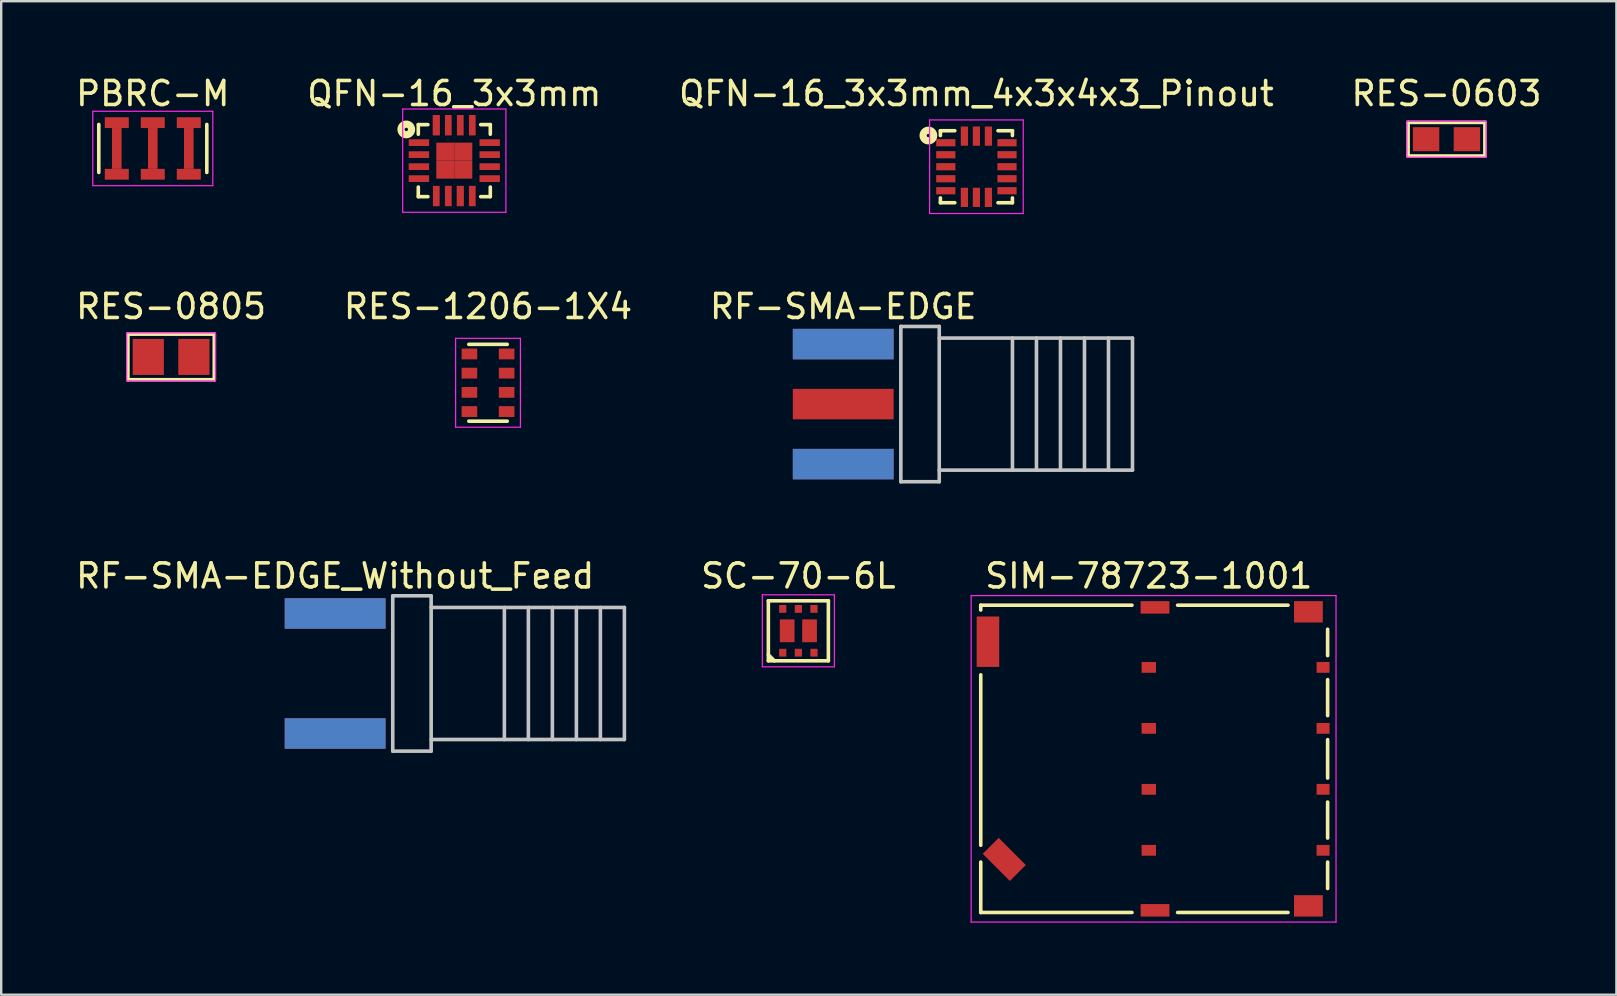
<source format=kicad_pcb>
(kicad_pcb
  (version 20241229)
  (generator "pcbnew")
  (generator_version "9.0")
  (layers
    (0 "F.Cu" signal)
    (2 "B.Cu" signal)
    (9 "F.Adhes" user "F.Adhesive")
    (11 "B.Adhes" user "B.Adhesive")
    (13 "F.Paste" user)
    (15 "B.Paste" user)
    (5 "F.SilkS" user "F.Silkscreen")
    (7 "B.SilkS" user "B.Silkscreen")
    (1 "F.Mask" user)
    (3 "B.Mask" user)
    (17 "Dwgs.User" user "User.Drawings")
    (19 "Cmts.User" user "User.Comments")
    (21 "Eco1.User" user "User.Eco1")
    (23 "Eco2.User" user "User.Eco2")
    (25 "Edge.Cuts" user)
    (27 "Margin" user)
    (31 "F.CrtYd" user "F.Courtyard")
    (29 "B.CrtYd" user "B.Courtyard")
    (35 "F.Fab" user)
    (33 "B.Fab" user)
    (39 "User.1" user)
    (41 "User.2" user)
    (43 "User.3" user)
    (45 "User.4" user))
  (footprint "RES-0603"
    (layer "F.Cu")
    (at 57.208 2.748)
    (property "Reference" "RES-0603" (at 0 -1.9 0) (layer "F.SilkS") (effects (font (size 1 1) (thickness 0.15))))
    (attr smd)
    (fp_line (start -1.6 -0.7) (end -1.6 0.7) (stroke (width 0.15) (type solid)) (layer "F.SilkS"))
    (fp_line (start -1.6 -0.7) (end 1.6 -0.7) (stroke (width 0.15) (type solid)) (layer "F.SilkS"))
    (fp_line (start 1.6 -0.7) (end 1.6 0.7) (stroke (width 0.15) (type solid)) (layer "F.SilkS"))
    (fp_line (start 1.6 0.7) (end -1.6 0.7) (stroke (width 0.15) (type solid)) (layer "F.SilkS"))
    (fp_line (start -1.65 -0.75) (end -1.65 0.75) (stroke (width 0.05) (type solid)) (layer "F.CrtYd"))
    (fp_line (start -1.65 0.75) (end 1.65 0.75) (stroke (width 0.05) (type solid)) (layer "F.CrtYd"))
    (fp_line (start 1.65 -0.75) (end -1.65 -0.75) (stroke (width 0.05) (type solid)) (layer "F.CrtYd"))
    (fp_line (start 1.65 0.75) (end 1.65 -0.75) (stroke (width 0.05) (type solid)) (layer "F.CrtYd"))
    (pad "1" smd rect (at -0.85 0) (size 1.1 1) (layers "F.Cu" "F.Mask" "F.Paste"))
    (pad "2" smd rect (at 0.85 0) (size 1.1 1) (layers "F.Cu" "F.Mask" "F.Paste")))
  (footprint "QFN-16_3x3mm"
    (layer "F.Cu")
    (at 15.875 3.642)
    (property "Reference" "QFN-16_3x3mm" (at 0 -2.794 0) (layer "F.SilkS") (effects (font (size 1 1) (thickness 0.15))))
    (attr through_hole)
    (fp_line (start -1.5 -1.5) (end -1.5 -1.1) (stroke (width 0.15) (type solid)) (layer "F.SilkS"))
    (fp_line (start -1.5 1.1) (end -1.5 1.5) (stroke (width 0.15) (type solid)) (layer "F.SilkS"))
    (fp_line (start -1.5 1.5) (end -1.1 1.5) (stroke (width 0.15) (type solid)) (layer "F.SilkS"))
    (fp_line (start -1.1 -1.5) (end -1.5 -1.5) (stroke (width 0.15) (type solid)) (layer "F.SilkS"))
    (fp_line (start 1.1 -1.5) (end 1.5 -1.5) (stroke (width 0.15) (type solid)) (layer "F.SilkS"))
    (fp_line (start 1.1 1.5) (end 1.5 1.5) (stroke (width 0.15) (type solid)) (layer "F.SilkS"))
    (fp_line (start 1.5 -1.5) (end 1.5 -1.1) (stroke (width 0.15) (type solid)) (layer "F.SilkS"))
    (fp_line (start 1.5 1.5) (end 1.5 1.1) (stroke (width 0.15) (type solid)) (layer "F.SilkS"))
    (fp_circle (center -2 -1.3) (end -1.95 -1.25) (stroke (width 0.3) (type solid)) (fill no) (layer "F.SilkS"))
    (fp_line (start -2.15 -2.15) (end 2.15 -2.15) (stroke (width 0.05) (type solid)) (layer "F.CrtYd"))
    (fp_line (start -2.15 2.15) (end -2.15 -2.15) (stroke (width 0.05) (type solid)) (layer "F.CrtYd"))
    (fp_line (start 2.15 -2.15) (end 2.15 2.15) (stroke (width 0.05) (type solid)) (layer "F.CrtYd"))
    (fp_line (start 2.15 2.15) (end -2.15 2.15) (stroke (width 0.05) (type solid)) (layer "F.CrtYd"))
    (pad "1" smd rect (at -1.475 -0.75) (size 0.85 0.28) (layers "F.Cu" "F.Mask" "F.Paste"))
    (pad "2" smd rect (at -1.475 -0.25) (size 0.85 0.28) (layers "F.Cu" "F.Mask" "F.Paste"))
    (pad "3" smd rect (at -1.475 0.25) (size 0.85 0.28) (layers "F.Cu" "F.Mask" "F.Paste"))
    (pad "4" smd rect (at -1.475 0.75) (size 0.85 0.28) (layers "F.Cu" "F.Mask" "F.Paste"))
    (pad "5" smd rect (at -0.75 1.475 90) (size 0.85 0.28) (layers "F.Cu" "F.Mask" "F.Paste"))
    (pad "6" smd rect (at -0.25 1.475 90) (size 0.85 0.28) (layers "F.Cu" "F.Mask" "F.Paste"))
    (pad "7" smd rect (at 0.25 1.475 90) (size 0.85 0.3) (layers "F.Cu" "F.Mask" "F.Paste"))
    (pad "8" smd rect (at 0.75 1.475 90) (size 0.85 0.28) (layers "F.Cu" "F.Mask" "F.Paste"))
    (pad "9" smd rect (at 1.475 0.75) (size 0.85 0.28) (layers "F.Cu" "F.Mask" "F.Paste"))
    (pad "10" smd rect (at 1.475 0.25) (size 0.85 0.28) (layers "F.Cu" "F.Mask" "F.Paste"))
    (pad "11" smd rect (at 1.475 -0.25) (size 0.85 0.28) (layers "F.Cu" "F.Mask" "F.Paste"))
    (pad "12" smd rect (at 1.475 -0.75) (size 0.85 0.28) (layers "F.Cu" "F.Mask" "F.Paste"))
    (pad "13" smd rect (at 0.75 -1.475 90) (size 0.85 0.28) (layers "F.Cu" "F.Mask" "F.Paste"))
    (pad "14" smd rect (at 0.25 -1.475 90) (size 0.85 0.28) (layers "F.Cu" "F.Mask" "F.Paste"))
    (pad "15" smd rect (at -0.25 -1.475 90) (size 0.85 0.28) (layers "F.Cu" "F.Mask" "F.Paste"))
    (pad "16" smd rect (at -0.75 -1.475 90) (size 0.85 0.3) (layers "F.Cu" "F.Mask" "F.Paste"))
    (pad "17" smd rect (at -0.375 -0.375) (size 0.75 0.75) (layers "F.Cu" "F.Mask" "F.Paste"))
    (pad "17" smd rect (at -0.375 0.375) (size 0.75 0.75) (layers "F.Cu" "F.Mask" "F.Paste"))
    (pad "17" smd rect (at 0.375 -0.375) (size 0.75 0.75) (layers "F.Cu" "F.Mask" "F.Paste"))
    (pad "17" smd rect (at 0.375 0.375) (size 0.75 0.75) (layers "F.Cu" "F.Mask" "F.Paste")))
  (footprint "PBRC-M"
    (layer "F.Cu")
    (at 3.315 3.134)
    (property "Reference" "PBRC-M" (at 0 -2.286 0) (layer "F.SilkS") (effects (font (size 1 1) (thickness 0.15))))
    (attr through_hole)
    (fp_line (start -2.25 -1) (end -2.25 1) (stroke (width 0.15) (type solid)) (layer "F.SilkS"))
    (fp_line (start 2.25 -1) (end 2.25 1) (stroke (width 0.15) (type solid)) (layer "F.SilkS"))
    (fp_line (start -2.5 -1.55) (end -2.5 1.55) (stroke (width 0.05) (type solid)) (layer "F.CrtYd"))
    (fp_line (start -2.5 -1.55) (end 2.5 -1.55) (stroke (width 0.05) (type solid)) (layer "F.CrtYd"))
    (fp_line (start -2.5 1.55) (end 2.5 1.55) (stroke (width 0.05) (type solid)) (layer "F.CrtYd"))
    (fp_line (start 2.5 1.55) (end 2.5 -1.55) (stroke (width 0.05) (type solid)) (layer "F.CrtYd"))
    (pad "1" smd rect (at -1.5 -1.075) (size 1 0.45) (layers "F.Cu" "F.Mask" "F.Paste"))
    (pad "1" smd rect (at -1.5 0) (size 0.4 1.7) (layers "F.Cu" "F.Mask" "F.Paste"))
    (pad "1" smd rect (at -1.5 1.075) (size 1 0.45) (layers "F.Cu" "F.Mask" "F.Paste"))
    (pad "2" smd rect (at 0 -1.075) (size 1 0.45) (layers "F.Cu" "F.Mask" "F.Paste"))
    (pad "2" smd rect (at 0 0) (size 0.4 1.7) (layers "F.Cu" "F.Mask" "F.Paste"))
    (pad "2" smd rect (at 0 1.075) (size 1 0.45) (layers "F.Cu" "F.Mask" "F.Paste"))
    (pad "3" smd rect (at 1.5 -1.075) (size 1 0.45) (layers "F.Cu" "F.Mask" "F.Paste"))
    (pad "3" smd rect (at 1.5 0) (size 0.4 1.7) (layers "F.Cu" "F.Mask" "F.Paste"))
    (pad "3" smd rect (at 1.5 1.075) (size 1 0.45) (layers "F.Cu" "F.Mask" "F.Paste")))
  (footprint "SC-70-6L"
    (layer "F.Cu")
    (at 30.208 23.228)
    (property "Reference" "SC-70-6L" (at 0 -2.286 0) (layer "F.SilkS") (effects (font (size 1 1) (thickness 0.15))))
    (attr through_hole)
    (fp_line (start -1.25 -1.25) (end -1.25 1.25) (stroke (width 0.15) (type solid)) (layer "F.SilkS"))
    (fp_line (start -1.25 1) (end -1 1.25) (stroke (width 0.15) (type solid)) (layer "F.SilkS"))
    (fp_line (start -1.25 1.25) (end 1.25 1.25) (stroke (width 0.15) (type solid)) (layer "F.SilkS"))
    (fp_line (start 1.25 -1.25) (end -1.25 -1.25) (stroke (width 0.15) (type solid)) (layer "F.SilkS"))
    (fp_line (start 1.25 1.25) (end 1.25 -1.25) (stroke (width 0.15) (type solid)) (layer "F.SilkS"))
    (fp_line (start -1.5 -1.5) (end -1.5 1.5) (stroke (width 0.05) (type solid)) (layer "F.CrtYd"))
    (fp_line (start -1.5 1.5) (end 1.5 1.5) (stroke (width 0.05) (type solid)) (layer "F.CrtYd"))
    (fp_line (start 1.5 -1.5) (end -1.5 -1.5) (stroke (width 0.05) (type solid)) (layer "F.CrtYd"))
    (fp_line (start 1.5 1.5) (end 1.5 -1.5) (stroke (width 0.05) (type solid)) (layer "F.CrtYd"))
    (pad "1" smd rect (at -0.65 0.912) (size 0.3 0.325) (layers "F.Cu" "F.Mask" "F.Paste"))
    (pad "2" smd rect (at 0 0.912) (size 0.3 0.325) (layers "F.Cu" "F.Mask" "F.Paste"))
    (pad "3" smd rect (at 0.65 0.912) (size 0.3 0.325) (layers "F.Cu" "F.Mask" "F.Paste"))
    (pad "4" smd rect (at 0.65 -0.912) (size 0.3 0.325) (layers "F.Cu" "F.Mask" "F.Paste"))
    (pad "5" smd rect (at 0 -0.912) (size 0.3 0.325) (layers "F.Cu" "F.Mask" "F.Paste"))
    (pad "6" smd rect (at -0.65 -0.912) (size 0.3 0.325) (layers "F.Cu" "F.Mask" "F.Paste"))
    (pad "7" smd rect (at -0.466 0) (size 0.613 0.95) (layers "F.Cu" "F.Mask" "F.Paste"))
    (pad "8" smd rect (at 0.466 0) (size 0.613 0.95) (layers "F.Cu" "F.Mask" "F.Paste")))
  (footprint "QFN-16_3x3mm_4x3x4x3_Pinout"
    (layer "F.Cu")
    (at 37.625 3.896)
    (property "Reference" "QFN-16_3x3mm_4x3x4x3_Pinout" (at 0 -3.048 0) (layer "F.SilkS") (effects (font (size 1 1) (thickness 0.15))))
    (attr through_hole)
    (fp_line (start -1.5 -1.5) (end -1.5 -1.3) (stroke (width 0.15) (type solid)) (layer "F.SilkS"))
    (fp_line (start -1.5 1.3) (end -1.5 1.5) (stroke (width 0.15) (type solid)) (layer "F.SilkS"))
    (fp_line (start -1.5 1.5) (end -0.9 1.5) (stroke (width 0.15) (type solid)) (layer "F.SilkS"))
    (fp_line (start -0.9 -1.5) (end -1.5 -1.5) (stroke (width 0.15) (type solid)) (layer "F.SilkS"))
    (fp_line (start 0.9 -1.5) (end 1.5 -1.5) (stroke (width 0.15) (type solid)) (layer "F.SilkS"))
    (fp_line (start 0.9 1.5) (end 1.5 1.5) (stroke (width 0.15) (type solid)) (layer "F.SilkS"))
    (fp_line (start 1.5 -1.5) (end 1.5 -1.3) (stroke (width 0.15) (type solid)) (layer "F.SilkS"))
    (fp_line (start 1.5 1.5) (end 1.5 1.3) (stroke (width 0.15) (type solid)) (layer "F.SilkS"))
    (fp_circle (center -2 -1.3) (end -1.95 -1.25) (stroke (width 0.3) (type solid)) (fill no) (layer "F.SilkS"))
    (fp_line (start -1.95 -1.95) (end 1.95 -1.95) (stroke (width 0.05) (type solid)) (layer "F.CrtYd"))
    (fp_line (start -1.95 1.95) (end -1.95 -1.95) (stroke (width 0.05) (type solid)) (layer "F.CrtYd"))
    (fp_line (start 1.95 -1.95) (end 1.95 1.95) (stroke (width 0.05) (type solid)) (layer "F.CrtYd"))
    (fp_line (start 1.95 1.95) (end -1.95 1.95) (stroke (width 0.05) (type solid)) (layer "F.CrtYd"))
    (pad "1" smd rect (at -1.275 -1) (size 0.8 0.3) (layers "F.Cu" "F.Mask" "F.Paste"))
    (pad "2" smd rect (at -1.275 -0.5) (size 0.8 0.3) (layers "F.Cu" "F.Mask" "F.Paste"))
    (pad "3" smd rect (at -1.275 0) (size 0.8 0.3) (layers "F.Cu" "F.Mask" "F.Paste"))
    (pad "4" smd rect (at -1.275 0.5) (size 0.8 0.3) (layers "F.Cu" "F.Mask" "F.Paste"))
    (pad "5" smd rect (at -1.275 1 180) (size 0.8 0.3) (layers "F.Cu" "F.Mask" "F.Paste"))
    (pad "6" smd rect (at -0.5 1.275 90) (size 0.8 0.3) (layers "F.Cu" "F.Mask" "F.Paste"))
    (pad "7" smd rect (at 0 1.275 90) (size 0.8 0.3) (layers "F.Cu" "F.Mask" "F.Paste"))
    (pad "8" smd rect (at 0.5 1.275 90) (size 0.8 0.3) (layers "F.Cu" "F.Mask" "F.Paste"))
    (pad "9" smd rect (at 1.275 1) (size 0.8 0.3) (layers "F.Cu" "F.Mask" "F.Paste"))
    (pad "10" smd rect (at 1.275 0.5) (size 0.8 0.3) (layers "F.Cu" "F.Mask" "F.Paste"))
    (pad "11" smd rect (at 1.275 0) (size 0.8 0.3) (layers "F.Cu" "F.Mask" "F.Paste"))
    (pad "12" smd rect (at 1.275 -0.5) (size 0.8 0.3) (layers "F.Cu" "F.Mask" "F.Paste"))
    (pad "13" smd rect (at 1.275 -1 180) (size 0.8 0.3) (layers "F.Cu" "F.Mask" "F.Paste"))
    (pad "14" smd rect (at 0.5 -1.275 90) (size 0.8 0.3) (layers "F.Cu" "F.Mask" "F.Paste"))
    (pad "15" smd rect (at 0 -1.275 90) (size 0.8 0.3) (layers "F.Cu" "F.Mask" "F.Paste"))
    (pad "16" smd rect (at -0.5 -1.275 90) (size 0.8 0.3) (layers "F.Cu" "F.Mask" "F.Paste")))
  (footprint "SIM-78723-1001"
    (layer "F.Cu")
    (at 44.806 28.562)
    (property "Reference" "SIM-78723-1001" (at 0 -7.62 0) (layer "F.SilkS") (effects (font (size 1 1) (thickness 0.15))))
    (attr through_hole)
    (fp_line (start -7 -6.4) (end -0.7 -6.4) (stroke (width 0.15) (type solid)) (layer "F.SilkS"))
    (fp_line (start -7 -6.2) (end -7 -6.4) (stroke (width 0.15) (type solid)) (layer "F.SilkS"))
    (fp_line (start -7 -3.5) (end -7 3.6) (stroke (width 0.15) (type solid)) (layer "F.SilkS"))
    (fp_line (start -7 4.3) (end -7 6.4) (stroke (width 0.15) (type solid)) (layer "F.SilkS"))
    (fp_line (start -7 6.4) (end -0.7 6.4) (stroke (width 0.15) (type solid)) (layer "F.SilkS"))
    (fp_line (start 1.2 -6.4) (end 5.8 -6.4) (stroke (width 0.15) (type solid)) (layer "F.SilkS"))
    (fp_line (start 1.2 6.4) (end 5.8 6.4) (stroke (width 0.15) (type solid)) (layer "F.SilkS"))
    (fp_line (start 7.45 -5.4) (end 7.45 -4.3) (stroke (width 0.15) (type solid)) (layer "F.SilkS"))
    (fp_line (start 7.45 -3.3) (end 7.45 -1.8) (stroke (width 0.15) (type solid)) (layer "F.SilkS"))
    (fp_line (start 7.45 -0.8) (end 7.45 0.8) (stroke (width 0.15) (type solid)) (layer "F.SilkS"))
    (fp_line (start 7.45 1.8) (end 7.45 3.3) (stroke (width 0.15) (type solid)) (layer "F.SilkS"))
    (fp_line (start 7.45 4.3) (end 7.45 5.4) (stroke (width 0.15) (type solid)) (layer "F.SilkS"))
    (fp_line (start -7.4 -6.8) (end 7.8 -6.8) (stroke (width 0.05) (type solid)) (layer "F.CrtYd"))
    (fp_line (start -7.4 6.8) (end -7.4 -6.8) (stroke (width 0.05) (type solid)) (layer "F.CrtYd"))
    (fp_line (start 7.8 -6.8) (end 7.8 6.8) (stroke (width 0.05) (type solid)) (layer "F.CrtYd"))
    (fp_line (start 7.8 6.8) (end -7.4 6.8) (stroke (width 0.05) (type solid)) (layer "F.CrtYd"))
    (pad "1" smd rect (at 7.26 -3.81) (size 0.54 0.45) (layers "F.Cu" "F.Mask" "F.Paste"))
    (pad "2" smd rect (at 7.26 -1.27) (size 0.54 0.45) (layers "F.Cu" "F.Mask" "F.Paste"))
    (pad "3" smd rect (at 7.26 1.27) (size 0.54 0.45) (layers "F.Cu" "F.Mask" "F.Paste"))
    (pad "4" smd rect (at 7.26 3.81) (size 0.54 0.45) (layers "F.Cu" "F.Mask" "F.Paste"))
    (pad "5" smd rect (at 0 -3.81) (size 0.6 0.45) (layers "F.Cu" "F.Mask" "F.Paste"))
    (pad "6" smd rect (at 0 -1.27) (size 0.6 0.45) (layers "F.Cu" "F.Mask" "F.Paste"))
    (pad "7" smd rect (at 0 1.27) (size 0.6 0.45) (layers "F.Cu" "F.Mask" "F.Paste"))
    (pad "8" smd rect (at 0 3.81) (size 0.6 0.45) (layers "F.Cu" "F.Mask" "F.Paste"))
    (pad "9" smd rect (at 0.26 6.31) (size 1.2 0.52) (layers "F.Cu" "F.Mask" "F.Paste"))
    (pad "10" smd rect (at 0.26 -6.31) (size 1.2 0.52) (layers "F.Cu" "F.Mask" "F.Paste"))
    (pad "11" smd rect (at 6.65 6.125) (size 1.2 0.89) (layers "F.Cu" "F.Mask" "F.Paste"))
    (pad "12" smd rect (at 6.65 -6.125) (size 1.2 0.89) (layers "F.Cu" "F.Mask" "F.Paste"))
    (pad "13" smd rect (at -6.7 -4.88) (size 0.94 2.1) (layers "F.Cu" "F.Mask" "F.Paste"))
    (pad "14" smd rect (at -6.02 4.19 45) (size 0.94 1.6) (layers "F.Cu" "F.Mask" "F.Paste")))
  (footprint "RES-1206-1X4"
    (layer "F.Cu")
    (at 17.28 12.895)
    (property "Reference" "RES-1206-1X4" (at 0 -3.175 0) (layer "F.SilkS") (effects (font (size 1 1) (thickness 0.15))))
    (attr through_hole)
    (fp_line (start -0.8 -1.6) (end 0.8 -1.6) (stroke (width 0.15) (type solid)) (layer "F.SilkS"))
    (fp_line (start -0.8 1.6) (end 0.8 1.6) (stroke (width 0.15) (type solid)) (layer "F.SilkS"))
    (fp_line (start -1.35 -1.85) (end -1.35 1.85) (stroke (width 0.05) (type solid)) (layer "F.CrtYd"))
    (fp_line (start -1.35 1.85) (end 1.35 1.85) (stroke (width 0.05) (type solid)) (layer "F.CrtYd"))
    (fp_line (start 1.35 -1.85) (end -1.35 -1.85) (stroke (width 0.05) (type solid)) (layer "F.CrtYd"))
    (fp_line (start 1.35 1.85) (end 1.35 -1.85) (stroke (width 0.05) (type solid)) (layer "F.CrtYd"))
    (pad "1" smd rect (at -0.775 -1.2) (size 0.65 0.45) (layers "F.Cu" "F.Mask" "F.Paste"))
    (pad "2" smd rect (at -0.775 -0.4) (size 0.65 0.45) (layers "F.Cu" "F.Mask" "F.Paste"))
    (pad "3" smd rect (at -0.775 0.4) (size 0.65 0.45) (layers "F.Cu" "F.Mask" "F.Paste"))
    (pad "4" smd rect (at -0.775 1.2) (size 0.65 0.45) (layers "F.Cu" "F.Mask" "F.Paste"))
    (pad "5" smd rect (at 0.775 1.2) (size 0.65 0.45) (layers "F.Cu" "F.Mask" "F.Paste"))
    (pad "6" smd rect (at 0.775 0.4) (size 0.65 0.45) (layers "F.Cu" "F.Mask" "F.Paste"))
    (pad "7" smd rect (at 0.775 -0.4) (size 0.65 0.45) (layers "F.Cu" "F.Mask" "F.Paste"))
    (pad "8" smd rect (at 0.775 -1.2) (size 0.65 0.45) (layers "F.Cu" "F.Mask" "F.Paste")))
  (footprint "RF-SMA-EDGE_Without_Feed"
    (layer "F.Cu")
    (at 10.911 25.006)
    (property "Reference" "RF-SMA-EDGE_Without_Feed" (at 0 -4.064 0) (layer "F.SilkS") (effects (font (size 1 1) (thickness 0.15))))
    (attr through_hole)
    (fp_line (start 2.4 -3.235) (end 2.4 3.235) (stroke (width 0.15) (type solid)) (layer "Dwgs.User"))
    (fp_line (start 2.4 3.235) (end 4 3.235) (stroke (width 0.15) (type solid)) (layer "Dwgs.User"))
    (fp_line (start 4 -3.235) (end 2.4 -3.235) (stroke (width 0.15) (type solid)) (layer "Dwgs.User"))
    (fp_line (start 4 2.75) (end 12.05 2.75) (stroke (width 0.15) (type solid)) (layer "Dwgs.User"))
    (fp_line (start 4 3.235) (end 4 -3.235) (stroke (width 0.15) (type solid)) (layer "Dwgs.User"))
    (fp_line (start 7.05 -2.75) (end 7.05 2.75) (stroke (width 0.15) (type solid)) (layer "Dwgs.User"))
    (fp_line (start 8.05 -2.75) (end 8.05 2.75) (stroke (width 0.15) (type solid)) (layer "Dwgs.User"))
    (fp_line (start 9.05 -2.75) (end 9.05 2.75) (stroke (width 0.15) (type solid)) (layer "Dwgs.User"))
    (fp_line (start 10.05 -2.75) (end 10.05 2.75) (stroke (width 0.15) (type solid)) (layer "Dwgs.User"))
    (fp_line (start 11.05 -2.75) (end 11.05 2.75) (stroke (width 0.15) (type solid)) (layer "Dwgs.User"))
    (fp_line (start 12.05 -2.75) (end 4 -2.75) (stroke (width 0.15) (type solid)) (layer "Dwgs.User"))
    (fp_line (start 12.05 2.75) (end 12.05 -2.75) (stroke (width 0.15) (type solid)) (layer "Dwgs.User"))
    (pad "2" smd rect (at 0 2.5) (size 4.2 1.27) (layers "F.Cu" "F.Mask" "F.Paste"))
    (pad "3" smd rect (at 0 -2.5) (size 4.2 1.27) (layers "F.Cu" "F.Mask" "F.Paste"))
    (pad "4" smd rect (at 0 2.5) (size 4.2 1.27) (layers "B.Cu" "B.Mask" "B.Paste"))
    (pad "5" smd rect (at 0 -2.5) (size 4.2 1.27) (layers "B.Cu" "B.Mask" "B.Paste")))
  (footprint "RES-0805"
    (layer "F.Cu")
    (at 4.077 11.819)
    (property "Reference" "RES-0805" (at 0 -2.1 0) (layer "F.SilkS") (effects (font (size 1 1) (thickness 0.15))))
    (attr smd)
    (fp_line (start -1.8 -0.95) (end -1.8 0.95) (stroke (width 0.15) (type solid)) (layer "F.SilkS"))
    (fp_line (start -1.8 -0.95) (end 1.8 -0.95) (stroke (width 0.15) (type solid)) (layer "F.SilkS"))
    (fp_line (start 1.8 -0.95) (end 1.8 0.95) (stroke (width 0.15) (type solid)) (layer "F.SilkS"))
    (fp_line (start 1.8 0.95) (end -1.8 0.95) (stroke (width 0.15) (type solid)) (layer "F.SilkS"))
    (fp_line (start -1.85 -1) (end -1.85 1) (stroke (width 0.05) (type solid)) (layer "F.CrtYd"))
    (fp_line (start -1.85 1) (end 1.85 1) (stroke (width 0.05) (type solid)) (layer "F.CrtYd"))
    (fp_line (start 1.85 -1) (end -1.85 -1) (stroke (width 0.05) (type solid)) (layer "F.CrtYd"))
    (fp_line (start 1.85 1) (end 1.85 -1) (stroke (width 0.05) (type solid)) (layer "F.CrtYd"))
    (pad "1" smd rect (at -0.95 0) (size 1.3 1.5) (layers "F.Cu" "F.Mask" "F.Paste"))
    (pad "2" smd rect (at 0.95 0) (size 1.3 1.5) (layers "F.Cu" "F.Mask" "F.Paste")))
  (footprint "RF-SMA-EDGE"
    (layer "F.Cu")
    (at 32.077 13.784)
    (property "Reference" "RF-SMA-EDGE" (at 0 -4.064 0) (layer "F.SilkS") (effects (font (size 1 1) (thickness 0.15))))
    (attr through_hole)
    (fp_line (start 2.4 -3.235) (end 2.4 3.235) (stroke (width 0.15) (type solid)) (layer "Dwgs.User"))
    (fp_line (start 2.4 3.235) (end 4 3.235) (stroke (width 0.15) (type solid)) (layer "Dwgs.User"))
    (fp_line (start 4 -3.235) (end 2.4 -3.235) (stroke (width 0.15) (type solid)) (layer "Dwgs.User"))
    (fp_line (start 4 2.75) (end 12.05 2.75) (stroke (width 0.15) (type solid)) (layer "Dwgs.User"))
    (fp_line (start 4 3.235) (end 4 -3.235) (stroke (width 0.15) (type solid)) (layer "Dwgs.User"))
    (fp_line (start 7.05 -2.75) (end 7.05 2.75) (stroke (width 0.15) (type solid)) (layer "Dwgs.User"))
    (fp_line (start 8.05 -2.75) (end 8.05 2.75) (stroke (width 0.15) (type solid)) (layer "Dwgs.User"))
    (fp_line (start 9.05 -2.75) (end 9.05 2.75) (stroke (width 0.15) (type solid)) (layer "Dwgs.User"))
    (fp_line (start 10.05 -2.75) (end 10.05 2.75) (stroke (width 0.15) (type solid)) (layer "Dwgs.User"))
    (fp_line (start 11.05 -2.75) (end 11.05 2.75) (stroke (width 0.15) (type solid)) (layer "Dwgs.User"))
    (fp_line (start 12.05 -2.75) (end 4 -2.75) (stroke (width 0.15) (type solid)) (layer "Dwgs.User"))
    (fp_line (start 12.05 2.75) (end 12.05 -2.75) (stroke (width 0.15) (type solid)) (layer "Dwgs.User"))
    (pad "1" smd rect (at 0 0) (size 4.2 1.27) (layers "F.Cu" "F.Mask" "F.Paste"))
    (pad "2" smd rect (at 0 2.5) (size 4.2 1.27) (layers "F.Cu" "F.Mask" "F.Paste"))
    (pad "3" smd rect (at 0 -2.5) (size 4.2 1.27) (layers "F.Cu" "F.Mask" "F.Paste"))
    (pad "4" smd rect (at 0 2.5) (size 4.2 1.27) (layers "B.Cu" "B.Mask" "B.Paste"))
    (pad "5" smd rect (at 0 -2.5) (size 4.2 1.27) (layers "B.Cu" "B.Mask" "B.Paste")))
  (gr_rect
    (start -3 -3)
    (end 64.286 38.387)
    (stroke (width 0.1) (type default))
    (fill no)
    (layer "Edge.Cuts")))
</source>
